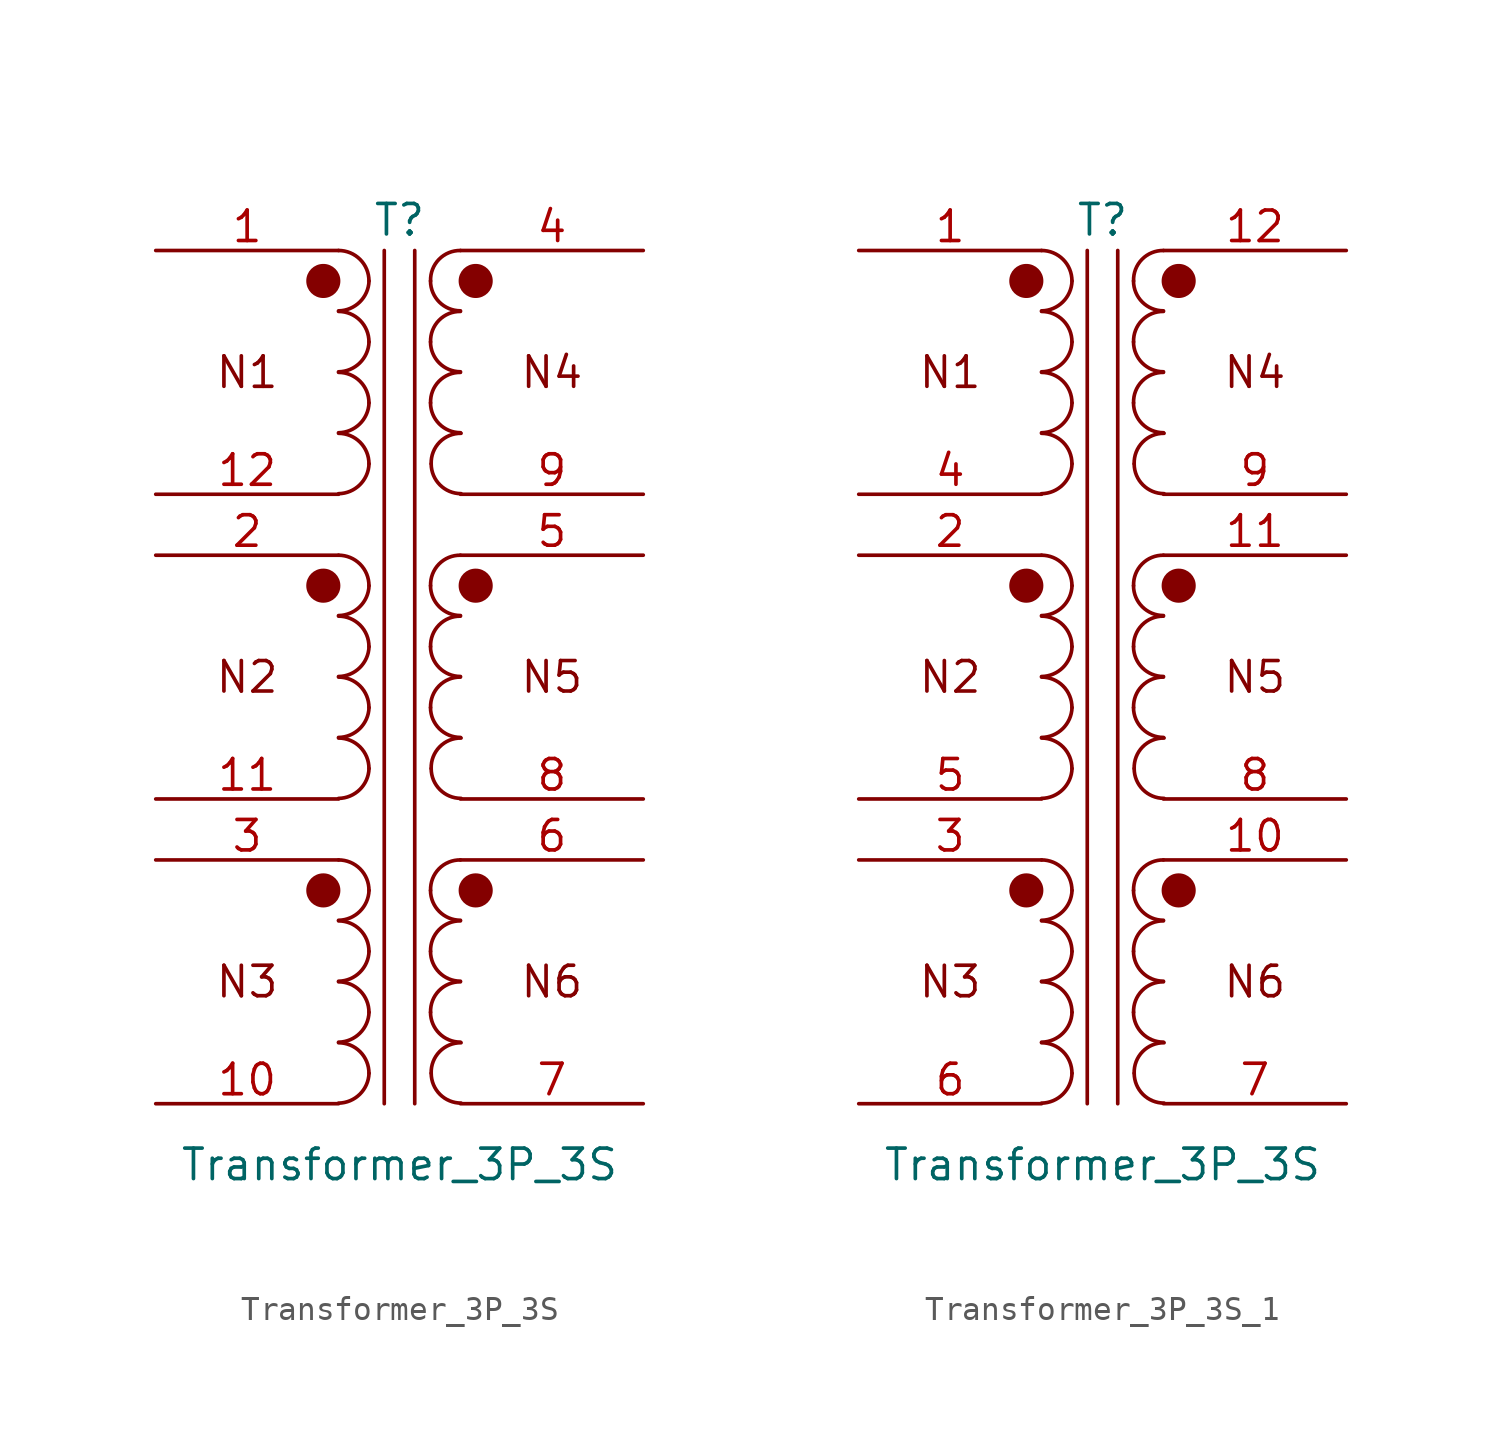
<source format=kicad_sym>
(kicad_symbol_lib
  (version 20220914)
  (generator kicad_symbol_editor)
  (symbol "Transformer_3P_3S"
    (pin_names
      (offset 1.016) hide)
    (property "Reference" "T"
      (at 0 31.75 0)
      (effects (font (size 1.27 1.27))))
    (property "Value" "Transformer_3P_3S"
      (at 0 -7.62 0)
      (effects (font (size 1.27 1.27))))
    (symbol "Transformer_3P_3S_0_1"
      (arc (start -2.54 -5.0546) (mid -1.6599 -4.6901) (end -1.27 -3.81) (stroke (width 0) (type default)) (fill (type none)))
      (arc (start -2.54 -2.5146) (mid -1.6599 -2.1501) (end -1.27 -1.27) (stroke (width 0) (type default)) (fill (type none)))
      (arc (start -2.54 0.0254) (mid -1.6599 0.3899) (end -1.27 1.27) (stroke (width 0) (type default)) (fill (type none)))
      (arc (start -2.54 2.5654) (mid -1.6599 2.9299) (end -1.27 3.81) (stroke (width 0) (type default)) (fill (type none)))
      (arc (start -2.54 7.6454) (mid -1.6561 8.0137) (end -1.27 8.89) (stroke (width 0) (type default)) (fill (type none)))
      (arc (start -2.54 10.1854) (mid -1.6561 10.5537) (end -1.27 11.43) (stroke (width 0) (type default)) (fill (type none)))
      (arc (start -2.54 12.7254) (mid -1.6561 13.0937) (end -1.27 13.97) (stroke (width 0) (type default)) (fill (type none)))
      (arc (start -2.54 15.2654) (mid -1.6561 15.6337) (end -1.27 16.51) (stroke (width 0) (type default)) (fill (type none)))
      (arc (start -2.54 20.3454) (mid -1.6561 20.7137) (end -1.27 21.59) (stroke (width 0) (type default)) (fill (type none)))
      (arc (start -2.54 22.8854) (mid -1.6561 23.2537) (end -1.27 24.13) (stroke (width 0) (type default)) (fill (type none)))
      (arc (start -2.54 25.4254) (mid -1.6561 25.7937) (end -1.27 26.67) (stroke (width 0) (type default)) (fill (type none)))
      (arc (start -2.54 27.9654) (mid -1.6561 28.3337) (end -1.27 29.21) (stroke (width 0) (type default)) (fill (type none)))
      (arc (start -1.27 -3.81) (mid -1.642 -2.912) (end -2.54 -2.54) (stroke (width 0) (type default)) (fill (type none)))
      (arc (start -1.27 -1.27) (mid -1.642 -0.372) (end -2.54 0) (stroke (width 0) (type default)) (fill (type none)))
      (arc (start -1.27 1.27) (mid -1.642 2.168) (end -2.54 2.54) (stroke (width 0) (type default)) (fill (type none)))
      (arc (start -1.27 3.81) (mid -1.642 4.708) (end -2.54 5.08) (stroke (width 0) (type default)) (fill (type none)))
      (arc (start -1.27 8.89) (mid -1.642 9.788) (end -2.54 10.16) (stroke (width 0) (type default)) (fill (type none)))
      (arc (start -1.27 11.43) (mid -1.642 12.328) (end -2.54 12.7) (stroke (width 0) (type default)) (fill (type none)))
      (arc (start -1.27 13.97) (mid -1.642 14.868) (end -2.54 15.24) (stroke (width 0) (type default)) (fill (type none)))
      (arc (start -1.27 16.51) (mid -1.642 17.408) (end -2.54 17.78) (stroke (width 0) (type default)) (fill (type none)))
      (arc (start -1.27 21.59) (mid -1.642 22.488) (end -2.54 22.86) (stroke (width 0) (type default)) (fill (type none)))
      (arc (start -1.27 24.13) (mid -1.642 25.028) (end -2.54 25.4) (stroke (width 0) (type default)) (fill (type none)))
      (arc (start -1.27 26.67) (mid -1.642 27.568) (end -2.54 27.94) (stroke (width 0) (type default)) (fill (type none)))
      (arc (start -1.27 29.21) (mid -1.642 30.108) (end -2.54 30.48) (stroke (width 0) (type default)) (fill (type none)))
      (polyline (pts (xy -0.635 30.48) (xy -0.635 -5.08)) (stroke (width 0) (type default)) (fill (type none)))
      (polyline (pts (xy 0.635 -5.08) (xy 0.635 30.48)) (stroke (width 0) (type default)) (fill (type none)))
      (arc (start 1.2954 -1.27) (mid 1.6599 -2.1501) (end 2.54 -2.5146) (stroke (width 0) (type default)) (fill (type none)))
      (arc (start 1.2954 1.27) (mid 1.6599 0.3899) (end 2.54 0.0254) (stroke (width 0) (type default)) (fill (type none)))
      (arc (start 1.2954 3.81) (mid 1.6599 2.9299) (end 2.54 2.5654) (stroke (width 0) (type default)) (fill (type none)))
      (arc (start 1.2954 11.43) (mid 1.6599 10.5499) (end 2.54 10.1854) (stroke (width 0) (type default)) (fill (type none)))
      (arc (start 1.2954 13.97) (mid 1.6599 13.0899) (end 2.54 12.7254) (stroke (width 0) (type default)) (fill (type none)))
      (arc (start 1.2954 16.51) (mid 1.6599 15.6299) (end 2.54 15.2654) (stroke (width 0) (type default)) (fill (type none)))
      (arc (start 1.2954 24.13) (mid 1.6599 23.2499) (end 2.54 22.8854) (stroke (width 0) (type default)) (fill (type none)))
      (arc (start 1.2954 26.67) (mid 1.6599 25.7899) (end 2.54 25.4254) (stroke (width 0) (type default)) (fill (type none)))
      (arc (start 1.2954 29.21) (mid 1.6599 28.3299) (end 2.54 27.9654) (stroke (width 0) (type default)) (fill (type none)))
      (arc (start 1.3208 -3.81) (mid 1.6853 -4.6901) (end 2.5654 -5.0546) (stroke (width 0) (type default)) (fill (type none)))
      (arc (start 1.3208 8.89) (mid 1.6854 8.0101) (end 2.5654 7.6454) (stroke (width 0) (type default)) (fill (type none)))
      (arc (start 1.3208 21.59) (mid 1.6854 20.7101) (end 2.5654 20.3454) (stroke (width 0) (type default)) (fill (type none)))
      (arc (start 2.54 0) (mid 1.642 -0.372) (end 1.2954 -1.27) (stroke (width 0) (type default)) (fill (type none)))
      (arc (start 2.54 2.54) (mid 1.642 2.168) (end 1.2954 1.27) (stroke (width 0) (type default)) (fill (type none)))
      (arc (start 2.54 5.08) (mid 1.642 4.708) (end 1.2954 3.81) (stroke (width 0) (type default)) (fill (type none)))
      (arc (start 2.54 12.7) (mid 1.6458 12.3315) (end 1.2954 11.43) (stroke (width 0) (type default)) (fill (type none)))
      (arc (start 2.54 15.24) (mid 1.6458 14.8715) (end 1.2954 13.97) (stroke (width 0) (type default)) (fill (type none)))
      (arc (start 2.54 17.78) (mid 1.6458 17.4115) (end 1.2954 16.51) (stroke (width 0) (type default)) (fill (type none)))
      (arc (start 2.54 25.4) (mid 1.6458 25.0315) (end 1.2954 24.13) (stroke (width 0) (type default)) (fill (type none)))
      (arc (start 2.54 27.94) (mid 1.6458 27.5715) (end 1.2954 26.67) (stroke (width 0) (type default)) (fill (type none)))
      (arc (start 2.54 30.48) (mid 1.6458 30.1115) (end 1.2954 29.21) (stroke (width 0) (type default)) (fill (type none)))
      (arc (start 2.5654 -2.54) (mid 1.6674 -2.912) (end 1.3208 -3.81) (stroke (width 0) (type default)) (fill (type none)))
      (arc (start 2.5654 10.16) (mid 1.6709 9.7917) (end 1.3208 8.89) (stroke (width 0) (type default)) (fill (type none)))
      (arc (start 2.5654 22.86) (mid 1.6709 22.4917) (end 1.3208 21.59) (stroke (width 0) (type default)) (fill (type none))))
    (symbol "Transformer_3P_3S_1_1"
      (circle (center -3.175 3.81) (radius 0.635) (stroke (width 0) (type default)) (fill (type outline)))
      (circle (center -3.175 16.51) (radius 0.635) (stroke (width 0) (type default)) (fill (type outline)))
      (circle (center -3.175 29.21) (radius 0.635) (stroke (width 0) (type default)) (fill (type outline)))
      (circle (center 3.175 3.81) (radius 0.635) (stroke (width 0) (type default)) (fill (type outline)))
      (circle (center 3.175 16.51) (radius 0.635) (stroke (width 0) (type default)) (fill (type outline)))
      (circle (center 3.175 29.21) (radius 0.635) (stroke (width 0) (type default)) (fill (type outline)))
      (text "N1" (at -6.35 25.4 0) (effects (font (size 1.27 1.27))))
      (text "N2" (at -6.35 12.7 0) (effects (font (size 1.27 1.27))))
      (text "N3" (at -6.35 0 0) (effects (font (size 1.27 1.27))))
      (text "N4" (at 6.35 25.4 0) (effects (font (size 1.27 1.27))))
      (text "N5" (at 6.35 12.7 0) (effects (font (size 1.27 1.27))))
      (text "N6" (at 6.35 0 0) (effects (font (size 1.27 1.27))))
      (pin passive line (at -10.16 30.48 0) (length 7.62) (name "N1-A" (effects (font (size 1.27 1.27)))) (number "1" (effects (font (size 1.27 1.27)))))
      (pin passive line (at -10.16 -5.08 0) (length 7.62) (name "N3-B" (effects (font (size 1.27 1.27)))) (number "10" (effects (font (size 1.27 1.27)))))
      (pin passive line (at -10.16 7.62 0) (length 7.62) (name "N2-B" (effects (font (size 1.27 1.27)))) (number "11" (effects (font (size 1.27 1.27)))))
      (pin passive line (at -10.16 20.32 0) (length 7.62) (name "N1-B" (effects (font (size 1.27 1.27)))) (number "12" (effects (font (size 1.27 1.27)))))
      (pin passive line (at -10.16 17.78 0) (length 7.62) (name "N2-A" (effects (font (size 1.27 1.27)))) (number "2" (effects (font (size 1.27 1.27)))))
      (pin passive line (at -10.16 5.08 0) (length 7.62) (name "N3-A" (effects (font (size 1.27 1.27)))) (number "3" (effects (font (size 1.27 1.27)))))
      (pin passive line (at 10.16 30.48 180) (length 7.62) (name "N4-A" (effects (font (size 1.27 1.27)))) (number "4" (effects (font (size 1.27 1.27)))))
      (pin passive line (at 10.16 17.78 180) (length 7.62) (name "N5-A" (effects (font (size 1.27 1.27)))) (number "5" (effects (font (size 1.27 1.27)))))
      (pin passive line (at 10.16 5.08 180) (length 7.62) (name "N6-A" (effects (font (size 1.27 1.27)))) (number "6" (effects (font (size 1.27 1.27)))))
      (pin passive line (at 10.16 -5.08 180) (length 7.62) (name "N6-B" (effects (font (size 1.27 1.27)))) (number "7" (effects (font (size 1.27 1.27)))))
      (pin passive line (at 10.16 7.62 180) (length 7.62) (name "N5-B" (effects (font (size 1.27 1.27)))) (number "8" (effects (font (size 1.27 1.27)))))
      (pin passive line (at 10.16 20.32 180) (length 7.62) (name "N4-B" (effects (font (size 1.27 1.27)))) (number "9" (effects (font (size 1.27 1.27)))))))
  (symbol "Transformer_3P_3S_1"
    (pin_names
      (offset 1.016) hide)
    (property "Reference" "T"
      (at 0 31.75 0)
      (effects (font (size 1.27 1.27))))
    (property "Value" "Transformer_3P_3S"
      (at 0 -7.62 0)
      (effects (font (size 1.27 1.27))))
    (symbol "Transformer_3P_3S_1_0_1"
      (arc (start -2.54 -5.0546) (mid -1.6599 -4.6901) (end -1.27 -3.81) (stroke (width 0) (type default)) (fill (type none)))
      (arc (start -2.54 -2.5146) (mid -1.6599 -2.1501) (end -1.27 -1.27) (stroke (width 0) (type default)) (fill (type none)))
      (arc (start -2.54 0.0254) (mid -1.6599 0.3899) (end -1.27 1.27) (stroke (width 0) (type default)) (fill (type none)))
      (arc (start -2.54 2.5654) (mid -1.6599 2.9299) (end -1.27 3.81) (stroke (width 0) (type default)) (fill (type none)))
      (arc (start -2.54 7.6454) (mid -1.6561 8.0137) (end -1.27 8.89) (stroke (width 0) (type default)) (fill (type none)))
      (arc (start -2.54 10.1854) (mid -1.6561 10.5537) (end -1.27 11.43) (stroke (width 0) (type default)) (fill (type none)))
      (arc (start -2.54 12.7254) (mid -1.6561 13.0937) (end -1.27 13.97) (stroke (width 0) (type default)) (fill (type none)))
      (arc (start -2.54 15.2654) (mid -1.6561 15.6337) (end -1.27 16.51) (stroke (width 0) (type default)) (fill (type none)))
      (arc (start -2.54 20.3454) (mid -1.6561 20.7137) (end -1.27 21.59) (stroke (width 0) (type default)) (fill (type none)))
      (arc (start -2.54 22.8854) (mid -1.6561 23.2537) (end -1.27 24.13) (stroke (width 0) (type default)) (fill (type none)))
      (arc (start -2.54 25.4254) (mid -1.6561 25.7937) (end -1.27 26.67) (stroke (width 0) (type default)) (fill (type none)))
      (arc (start -2.54 27.9654) (mid -1.6561 28.3337) (end -1.27 29.21) (stroke (width 0) (type default)) (fill (type none)))
      (arc (start -1.27 -3.81) (mid -1.642 -2.912) (end -2.54 -2.54) (stroke (width 0) (type default)) (fill (type none)))
      (arc (start -1.27 -1.27) (mid -1.642 -0.372) (end -2.54 0) (stroke (width 0) (type default)) (fill (type none)))
      (arc (start -1.27 1.27) (mid -1.642 2.168) (end -2.54 2.54) (stroke (width 0) (type default)) (fill (type none)))
      (arc (start -1.27 3.81) (mid -1.642 4.708) (end -2.54 5.08) (stroke (width 0) (type default)) (fill (type none)))
      (arc (start -1.27 8.89) (mid -1.642 9.788) (end -2.54 10.16) (stroke (width 0) (type default)) (fill (type none)))
      (arc (start -1.27 11.43) (mid -1.642 12.328) (end -2.54 12.7) (stroke (width 0) (type default)) (fill (type none)))
      (arc (start -1.27 13.97) (mid -1.642 14.868) (end -2.54 15.24) (stroke (width 0) (type default)) (fill (type none)))
      (arc (start -1.27 16.51) (mid -1.642 17.408) (end -2.54 17.78) (stroke (width 0) (type default)) (fill (type none)))
      (arc (start -1.27 21.59) (mid -1.642 22.488) (end -2.54 22.86) (stroke (width 0) (type default)) (fill (type none)))
      (arc (start -1.27 24.13) (mid -1.642 25.028) (end -2.54 25.4) (stroke (width 0) (type default)) (fill (type none)))
      (arc (start -1.27 26.67) (mid -1.642 27.568) (end -2.54 27.94) (stroke (width 0) (type default)) (fill (type none)))
      (arc (start -1.27 29.21) (mid -1.642 30.108) (end -2.54 30.48) (stroke (width 0) (type default)) (fill (type none)))
      (polyline (pts (xy -0.635 30.48) (xy -0.635 -5.08)) (stroke (width 0) (type default)) (fill (type none)))
      (polyline (pts (xy 0.635 -5.08) (xy 0.635 30.48)) (stroke (width 0) (type default)) (fill (type none)))
      (arc (start 1.2954 -1.27) (mid 1.6599 -2.1501) (end 2.54 -2.5146) (stroke (width 0) (type default)) (fill (type none)))
      (arc (start 1.2954 1.27) (mid 1.6599 0.3899) (end 2.54 0.0254) (stroke (width 0) (type default)) (fill (type none)))
      (arc (start 1.2954 3.81) (mid 1.6599 2.9299) (end 2.54 2.5654) (stroke (width 0) (type default)) (fill (type none)))
      (arc (start 1.2954 11.43) (mid 1.6599 10.5499) (end 2.54 10.1854) (stroke (width 0) (type default)) (fill (type none)))
      (arc (start 1.2954 13.97) (mid 1.6599 13.0899) (end 2.54 12.7254) (stroke (width 0) (type default)) (fill (type none)))
      (arc (start 1.2954 16.51) (mid 1.6599 15.6299) (end 2.54 15.2654) (stroke (width 0) (type default)) (fill (type none)))
      (arc (start 1.2954 24.13) (mid 1.6599 23.2499) (end 2.54 22.8854) (stroke (width 0) (type default)) (fill (type none)))
      (arc (start 1.2954 26.67) (mid 1.6599 25.7899) (end 2.54 25.4254) (stroke (width 0) (type default)) (fill (type none)))
      (arc (start 1.2954 29.21) (mid 1.6599 28.3299) (end 2.54 27.9654) (stroke (width 0) (type default)) (fill (type none)))
      (arc (start 1.3208 -3.81) (mid 1.6853 -4.6901) (end 2.5654 -5.0546) (stroke (width 0) (type default)) (fill (type none)))
      (arc (start 1.3208 8.89) (mid 1.6854 8.0101) (end 2.5654 7.6454) (stroke (width 0) (type default)) (fill (type none)))
      (arc (start 1.3208 21.59) (mid 1.6854 20.7101) (end 2.5654 20.3454) (stroke (width 0) (type default)) (fill (type none)))
      (arc (start 2.54 0) (mid 1.642 -0.372) (end 1.2954 -1.27) (stroke (width 0) (type default)) (fill (type none)))
      (arc (start 2.54 2.54) (mid 1.642 2.168) (end 1.2954 1.27) (stroke (width 0) (type default)) (fill (type none)))
      (arc (start 2.54 5.08) (mid 1.642 4.708) (end 1.2954 3.81) (stroke (width 0) (type default)) (fill (type none)))
      (arc (start 2.54 12.7) (mid 1.6458 12.3315) (end 1.2954 11.43) (stroke (width 0) (type default)) (fill (type none)))
      (arc (start 2.54 15.24) (mid 1.6458 14.8715) (end 1.2954 13.97) (stroke (width 0) (type default)) (fill (type none)))
      (arc (start 2.54 17.78) (mid 1.6458 17.4115) (end 1.2954 16.51) (stroke (width 0) (type default)) (fill (type none)))
      (arc (start 2.54 25.4) (mid 1.6458 25.0315) (end 1.2954 24.13) (stroke (width 0) (type default)) (fill (type none)))
      (arc (start 2.54 27.94) (mid 1.6458 27.5715) (end 1.2954 26.67) (stroke (width 0) (type default)) (fill (type none)))
      (arc (start 2.54 30.48) (mid 1.6458 30.1115) (end 1.2954 29.21) (stroke (width 0) (type default)) (fill (type none)))
      (arc (start 2.5654 -2.54) (mid 1.6674 -2.912) (end 1.3208 -3.81) (stroke (width 0) (type default)) (fill (type none)))
      (arc (start 2.5654 10.16) (mid 1.6709 9.7917) (end 1.3208 8.89) (stroke (width 0) (type default)) (fill (type none)))
      (arc (start 2.5654 22.86) (mid 1.6709 22.4917) (end 1.3208 21.59) (stroke (width 0) (type default)) (fill (type none))))
    (symbol "Transformer_3P_3S_1_1_1"
      (circle (center -3.175 3.81) (radius 0.635) (stroke (width 0) (type default)) (fill (type outline)))
      (circle (center -3.175 16.51) (radius 0.635) (stroke (width 0) (type default)) (fill (type outline)))
      (circle (center -3.175 29.21) (radius 0.635) (stroke (width 0) (type default)) (fill (type outline)))
      (circle (center 3.175 3.81) (radius 0.635) (stroke (width 0) (type default)) (fill (type outline)))
      (circle (center 3.175 16.51) (radius 0.635) (stroke (width 0) (type default)) (fill (type outline)))
      (circle (center 3.175 29.21) (radius 0.635) (stroke (width 0) (type default)) (fill (type outline)))
      (text "N1" (at -6.35 25.4 0) (effects (font (size 1.27 1.27))))
      (text "N2" (at -6.35 12.7 0) (effects (font (size 1.27 1.27))))
      (text "N3" (at -6.35 0 0) (effects (font (size 1.27 1.27))))
      (text "N4" (at 6.35 25.4 0) (effects (font (size 1.27 1.27))))
      (text "N5" (at 6.35 12.7 0) (effects (font (size 1.27 1.27))))
      (text "N6" (at 6.35 0 0) (effects (font (size 1.27 1.27))))
      (pin passive line (at -10.16 30.48 0) (length 7.62) (name "N1-A" (effects (font (size 1.27 1.27)))) (number "1" (effects (font (size 1.27 1.27)))))
      (pin passive line (at 10.16 5.08 180) (length 7.62) (name "N6-A" (effects (font (size 1.27 1.27)))) (number "10" (effects (font (size 1.27 1.27)))))
      (pin passive line (at 10.16 17.78 180) (length 7.62) (name "N5-A" (effects (font (size 1.27 1.27)))) (number "11" (effects (font (size 1.27 1.27)))))
      (pin passive line (at 10.16 30.48 180) (length 7.62) (name "N4-A" (effects (font (size 1.27 1.27)))) (number "12" (effects (font (size 1.27 1.27)))))
      (pin passive line (at -10.16 17.78 0) (length 7.62) (name "N2-A" (effects (font (size 1.27 1.27)))) (number "2" (effects (font (size 1.27 1.27)))))
      (pin passive line (at -10.16 5.08 0) (length 7.62) (name "N3-A" (effects (font (size 1.27 1.27)))) (number "3" (effects (font (size 1.27 1.27)))))
      (pin passive line (at -10.16 20.32 0) (length 7.62) (name "N1-B" (effects (font (size 1.27 1.27)))) (number "4" (effects (font (size 1.27 1.27)))))
      (pin passive line (at -10.16 7.62 0) (length 7.62) (name "N2-B" (effects (font (size 1.27 1.27)))) (number "5" (effects (font (size 1.27 1.27)))))
      (pin passive line (at -10.16 -5.08 0) (length 7.62) (name "N3-B" (effects (font (size 1.27 1.27)))) (number "6" (effects (font (size 1.27 1.27)))))
      (pin passive line (at 10.16 -5.08 180) (length 7.62) (name "N6-B" (effects (font (size 1.27 1.27)))) (number "7" (effects (font (size 1.27 1.27)))))
      (pin passive line (at 10.16 7.62 180) (length 7.62) (name "N5-B" (effects (font (size 1.27 1.27)))) (number "8" (effects (font (size 1.27 1.27)))))
      (pin passive line (at 10.16 20.32 180) (length 7.62) (name "N4-B" (effects (font (size 1.27 1.27)))) (number "9" (effects (font (size 1.27 1.27))))))))
</source>
